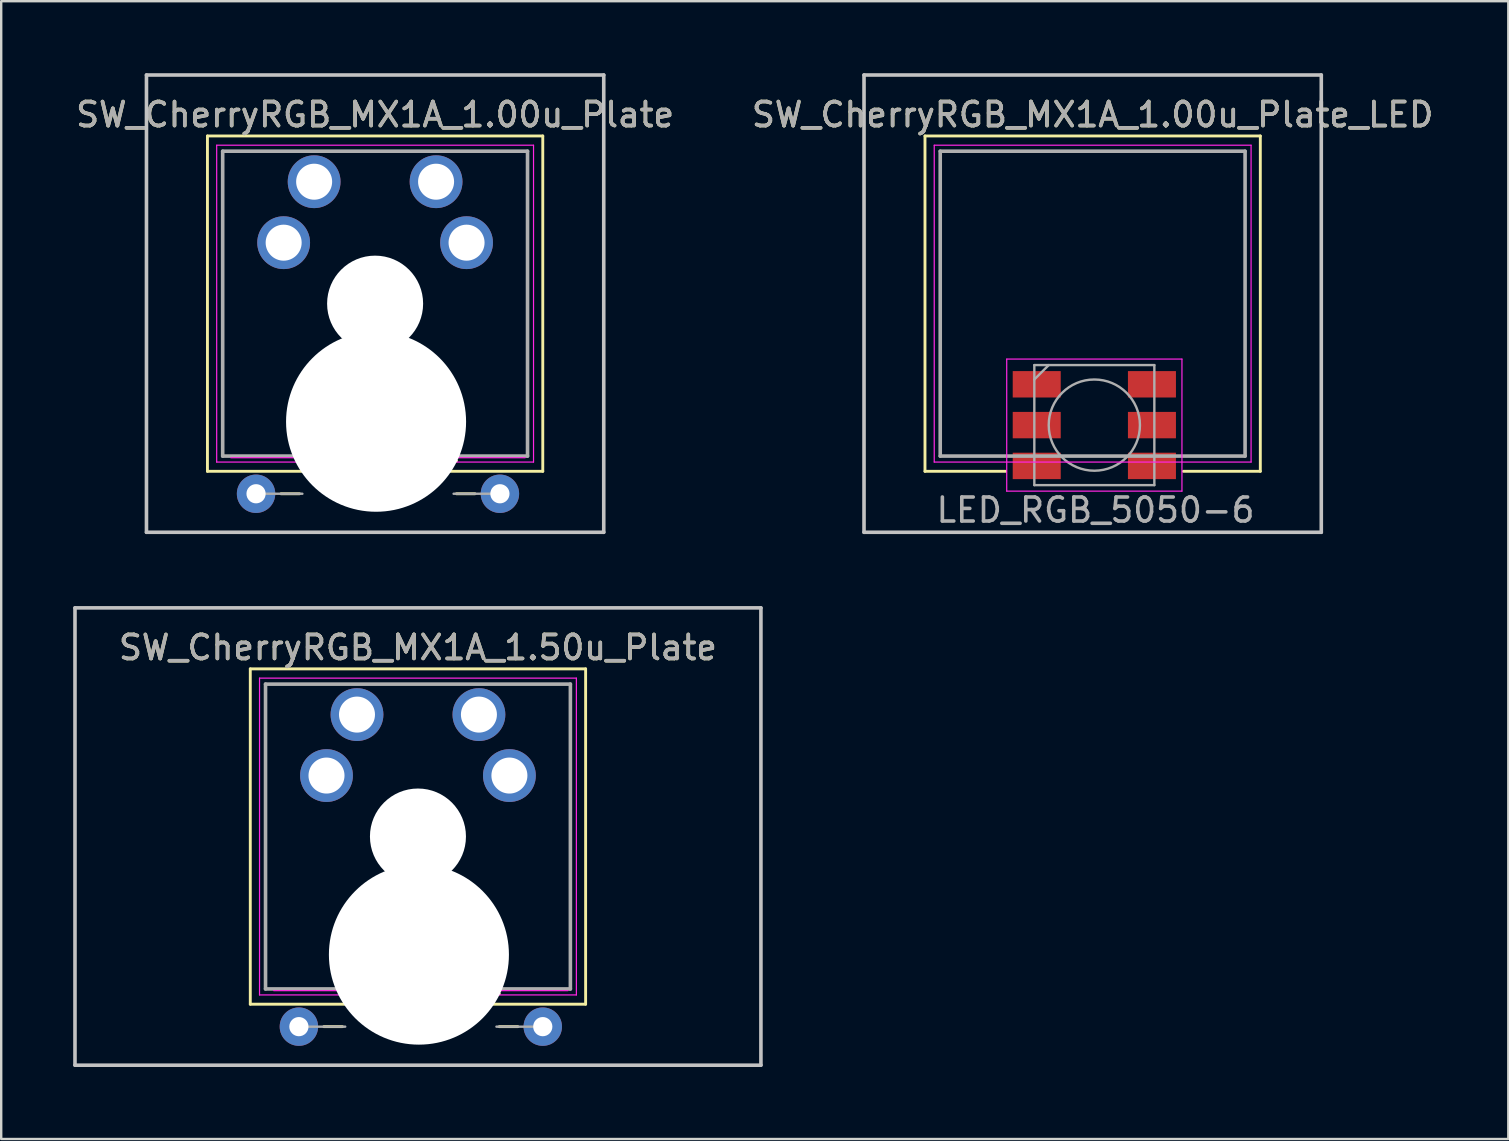
<source format=kicad_pcb>
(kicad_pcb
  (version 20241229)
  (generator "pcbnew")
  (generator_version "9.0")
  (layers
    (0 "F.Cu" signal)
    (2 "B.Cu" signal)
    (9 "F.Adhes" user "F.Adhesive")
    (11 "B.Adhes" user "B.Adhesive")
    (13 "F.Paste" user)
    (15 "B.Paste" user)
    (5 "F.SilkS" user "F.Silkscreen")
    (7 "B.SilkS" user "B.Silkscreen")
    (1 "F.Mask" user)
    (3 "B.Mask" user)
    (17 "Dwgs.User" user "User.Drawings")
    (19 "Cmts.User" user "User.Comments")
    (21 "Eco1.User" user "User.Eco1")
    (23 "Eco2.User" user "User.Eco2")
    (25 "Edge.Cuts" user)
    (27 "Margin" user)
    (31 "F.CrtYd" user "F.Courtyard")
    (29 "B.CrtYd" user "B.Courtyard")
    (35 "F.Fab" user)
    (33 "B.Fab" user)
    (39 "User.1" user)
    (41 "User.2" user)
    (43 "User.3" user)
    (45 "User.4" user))
  (footprint "SW_CherryRGB_MX1A_1.00u_Plate_LED"
    (layer "F.Cu")
    (at 45.01 4.52)
    (property "Reference" "SW_CherryRGB_MX1A_1.00u_Plate_LED" (at -2.54 -2.794 0) (layer "F.SilkS") (effects (font (size 1 1) (thickness 0.15))))
    (attr through_hole)
    (fp_line (start -9.525 -1.905) (end 4.445 -1.905) (stroke (width 0.12) (type solid)) (layer "F.SilkS"))
    (fp_line (start -9.525 12.065) (end -9.525 -1.905) (stroke (width 0.12) (type solid)) (layer "F.SilkS"))
    (fp_line (start -6.17 12.065) (end -9.525 12.065) (stroke (width 0.12) (type solid)) (layer "F.SilkS"))
    (fp_line (start 4.445 -1.905) (end 4.445 12.065) (stroke (width 0.12) (type solid)) (layer "F.SilkS"))
    (fp_line (start 4.445 12.065) (end 1.24 12.065) (stroke (width 0.12) (type solid)) (layer "F.SilkS"))
    (fp_line (start -12.065 -4.445) (end 6.985 -4.445) (stroke (width 0.15) (type solid)) (layer "Dwgs.User"))
    (fp_line (start -12.065 14.605) (end -12.065 -4.445) (stroke (width 0.15) (type solid)) (layer "Dwgs.User"))
    (fp_line (start 6.985 -4.445) (end 6.985 14.605) (stroke (width 0.15) (type solid)) (layer "Dwgs.User"))
    (fp_line (start 6.985 14.605) (end -12.065 14.605) (stroke (width 0.15) (type solid)) (layer "Dwgs.User"))
    (fp_line (start -9.14 -1.52) (end 4.06 -1.52) (stroke (width 0.05) (type solid)) (layer "F.CrtYd"))
    (fp_line (start -9.14 11.68) (end -9.14 -1.52) (stroke (width 0.05) (type solid)) (layer "F.CrtYd"))
    (fp_line (start -6.12 7.39) (end -6.12 12.89) (stroke (width 0.05) (type solid)) (layer "F.CrtYd"))
    (fp_line (start -6.12 12.89) (end 1.18 12.89) (stroke (width 0.05) (type solid)) (layer "F.CrtYd"))
    (fp_line (start 1.18 7.39) (end -6.12 7.39) (stroke (width 0.05) (type solid)) (layer "F.CrtYd"))
    (fp_line (start 1.18 12.89) (end 1.18 7.39) (stroke (width 0.05) (type solid)) (layer "F.CrtYd"))
    (fp_line (start 4.06 -1.52) (end 4.06 11.68) (stroke (width 0.05) (type solid)) (layer "F.CrtYd"))
    (fp_line (start 4.06 11.68) (end -9.14 11.68) (stroke (width 0.05) (type solid)) (layer "F.CrtYd"))
    (fp_line (start -8.89 -1.27) (end 3.81 -1.27) (stroke (width 0.15) (type solid)) (layer "F.Fab"))
    (fp_line (start -8.89 11.43) (end -8.89 -1.27) (stroke (width 0.15) (type solid)) (layer "F.Fab"))
    (fp_line (start -4.97 7.64) (end -4.97 12.64) (stroke (width 0.1) (type solid)) (layer "F.Fab"))
    (fp_line (start -4.97 8.24) (end -4.37 7.64) (stroke (width 0.1) (type solid)) (layer "F.Fab"))
    (fp_line (start -4.97 12.64) (end 0.03 12.64) (stroke (width 0.1) (type solid)) (layer "F.Fab"))
    (fp_line (start 0.03 7.64) (end -4.97 7.64) (stroke (width 0.1) (type solid)) (layer "F.Fab"))
    (fp_line (start 0.03 12.64) (end 0.03 7.64) (stroke (width 0.1) (type solid)) (layer "F.Fab"))
    (fp_line (start 3.81 -1.27) (end 3.81 11.43) (stroke (width 0.15) (type solid)) (layer "F.Fab"))
    (fp_line (start 3.81 11.43) (end -8.89 11.43) (stroke (width 0.15) (type solid)) (layer "F.Fab"))
    (fp_circle (center -2.47 10.14) (end -2.47 8.24) (stroke (width 0.1) (type solid)) (fill no) (layer "F.Fab"))
    (fp_text user "LED_RGB_5050-6" (at -2.42 13.68 0) (layer "F.Fab") (effects (font (size 1 1) (thickness 0.15))))
    (fp_text user "${REFERENCE}" (at -2.54 -2.794 0) (layer "F.Fab") (effects (font (size 1 1) (thickness 0.15))))
    (pad "1" smd rect (at -4.87 8.44 90) (size 1.1 2) (layers "F.Cu" "F.Mask" "F.Paste"))
    (pad "2" smd rect (at -4.87 10.14 90) (size 1.1 2) (layers "F.Cu" "F.Mask" "F.Paste"))
    (pad "3" smd rect (at -4.87 11.84 90) (size 1.1 2) (layers "F.Cu" "F.Mask" "F.Paste"))
    (pad "4" smd rect (at -0.07 11.84 90) (size 1.1 2) (layers "F.Cu" "F.Mask" "F.Paste"))
    (pad "5" smd rect (at -0.07 10.14 90) (size 1.1 2) (layers "F.Cu" "F.Mask" "F.Paste"))
    (pad "6" smd rect (at -0.07 8.44 90) (size 1.1 2) (layers "F.Cu" "F.Mask" "F.Paste")))
  (footprint "SW_CherryRGB_MX1A_1.50u_Plate"
    (layer "F.Cu")
    (at 16.902 26.72)
    (property "Reference" "SW_CherryRGB_MX1A_1.50u_Plate" (at -2.54 -2.794 0) (layer "F.SilkS") (effects (font (size 1 1) (thickness 0.15))))
    (attr through_hole)
    (fp_line (start -9.525 -1.905) (end 4.445 -1.905) (stroke (width 0.12) (type solid)) (layer "F.SilkS"))
    (fp_line (start -9.525 12.065) (end -9.525 -1.905) (stroke (width 0.12) (type solid)) (layer "F.SilkS"))
    (fp_line (start -6.46 13) (end -5.69 13) (stroke (width 0.12) (type solid)) (layer "F.SilkS"))
    (fp_line (start 0.85 11.63) (end -5.69 11.63) (stroke (width 0.12) (type solid)) (layer "F.SilkS"))
    (fp_line (start 1.62 13) (end 0.85 13) (stroke (width 0.12) (type solid)) (layer "F.SilkS"))
    (fp_line (start 4.445 -1.905) (end 4.445 12.065) (stroke (width 0.12) (type solid)) (layer "F.SilkS"))
    (fp_line (start 4.445 12.065) (end -9.525 12.065) (stroke (width 0.12) (type solid)) (layer "F.SilkS"))
    (fp_line (start -16.828 -4.445) (end 11.748 -4.445) (stroke (width 0.15) (type solid)) (layer "Dwgs.User"))
    (fp_line (start -16.828 14.605) (end -16.828 -4.445) (stroke (width 0.15) (type solid)) (layer "Dwgs.User"))
    (fp_line (start 11.748 -4.445) (end 11.748 14.605) (stroke (width 0.15) (type solid)) (layer "Dwgs.User"))
    (fp_line (start 11.748 14.605) (end -16.828 14.605) (stroke (width 0.15) (type solid)) (layer "Dwgs.User"))
    (fp_line (start -9.14 -1.52) (end 4.06 -1.52) (stroke (width 0.05) (type solid)) (layer "F.CrtYd"))
    (fp_line (start -9.14 11.68) (end -9.14 -1.52) (stroke (width 0.05) (type solid)) (layer "F.CrtYd"))
    (fp_line (start 3.71 11.5) (end -8.55 11.5) (stroke (width 0.05) (type solid)) (layer "F.CrtYd"))
    (fp_line (start 4.06 -1.52) (end 4.06 11.68) (stroke (width 0.05) (type solid)) (layer "F.CrtYd"))
    (fp_line (start 4.06 11.68) (end -9.14 11.68) (stroke (width 0.05) (type solid)) (layer "F.CrtYd"))
    (fp_line (start -8.89 -1.27) (end 3.81 -1.27) (stroke (width 0.15) (type solid)) (layer "F.Fab"))
    (fp_line (start -8.89 11.43) (end -8.89 -1.27) (stroke (width 0.15) (type solid)) (layer "F.Fab"))
    (fp_line (start -7.5 13) (end -5.57 13) (stroke (width 0.1) (type solid)) (layer "F.Fab"))
    (fp_line (start 0.73 11.75) (end -5.57 11.75) (stroke (width 0.1) (type solid)) (layer "F.Fab"))
    (fp_line (start 2.66 13) (end 0.73 13) (stroke (width 0.1) (type solid)) (layer "F.Fab"))
    (fp_line (start 3.81 -1.27) (end 3.81 11.43) (stroke (width 0.15) (type solid)) (layer "F.Fab"))
    (fp_line (start 3.81 11.43) (end -8.89 11.43) (stroke (width 0.15) (type solid)) (layer "F.Fab"))
    (fp_text user "REF**" (at -2.42 10.63 0) (layer "F.SilkS") (effects (font (size 1 1) (thickness 0.15))))
    (fp_text user "${REFERENCE}" (at -2.54 -2.794 0) (layer "F.Fab") (effects (font (size 1 1) (thickness 0.15))))
    (pad "" np_thru_hole circle (at -2.54 5.08) (size 4 4) (drill 4) (layers "*.Cu" "*.Mask"))
    (pad "" np_thru_hole circle (at -2.5 10 90) (size 7.5 7.5) (drill oval 7.5) (layers "*.Cu" "*.Mask"))
    (pad "1" thru_hole circle (at -7.5 13) (size 1.6 1.6) (drill 0.8) (layers "*.Cu" "*.Mask"))
    (pad "1" thru_hole circle (at 0 0) (size 2.2 2.2) (drill 1.5) (layers "*.Cu" "*.Mask"))
    (pad "1" thru_hole circle (at 1.27 2.54) (size 2.2 2.2) (drill 1.5) (layers "*.Cu" "*.Mask"))
    (pad "2" thru_hole circle (at -6.35 2.54) (size 2.2 2.2) (drill 1.5) (layers "*.Cu" "*.Mask"))
    (pad "2" thru_hole circle (at -5.08 0) (size 2.2 2.2) (drill 1.5) (layers "*.Cu" "*.Mask"))
    (pad "2" thru_hole oval (at 2.66 13) (size 1.6 1.6) (drill 0.8) (layers "*.Cu" "*.Mask")))
  (footprint "SW_CherryRGB_MX1A_1.00u_Plate"
    (layer "F.Cu")
    (at 15.117 4.52)
    (property "Reference" "SW_CherryRGB_MX1A_1.00u_Plate" (at -2.54 -2.794 0) (layer "F.SilkS") (effects (font (size 1 1) (thickness 0.15))))
    (attr through_hole)
    (fp_line (start -9.525 -1.905) (end 4.445 -1.905) (stroke (width 0.12) (type solid)) (layer "F.SilkS"))
    (fp_line (start -9.525 12.065) (end -9.525 -1.905) (stroke (width 0.12) (type solid)) (layer "F.SilkS"))
    (fp_line (start -6.46 13) (end -5.69 13) (stroke (width 0.12) (type solid)) (layer "F.SilkS"))
    (fp_line (start 0.85 11.63) (end -5.69 11.63) (stroke (width 0.12) (type solid)) (layer "F.SilkS"))
    (fp_line (start 1.62 13) (end 0.85 13) (stroke (width 0.12) (type solid)) (layer "F.SilkS"))
    (fp_line (start 4.445 -1.905) (end 4.445 12.065) (stroke (width 0.12) (type solid)) (layer "F.SilkS"))
    (fp_line (start 4.445 12.065) (end -9.525 12.065) (stroke (width 0.12) (type solid)) (layer "F.SilkS"))
    (fp_line (start -12.065 -4.445) (end 6.985 -4.445) (stroke (width 0.15) (type solid)) (layer "Dwgs.User"))
    (fp_line (start -12.065 14.605) (end -12.065 -4.445) (stroke (width 0.15) (type solid)) (layer "Dwgs.User"))
    (fp_line (start 6.985 -4.445) (end 6.985 14.605) (stroke (width 0.15) (type solid)) (layer "Dwgs.User"))
    (fp_line (start 6.985 14.605) (end -12.065 14.605) (stroke (width 0.15) (type solid)) (layer "Dwgs.User"))
    (fp_line (start -9.14 -1.52) (end 4.06 -1.52) (stroke (width 0.05) (type solid)) (layer "F.CrtYd"))
    (fp_line (start -9.14 11.68) (end -9.14 -1.52) (stroke (width 0.05) (type solid)) (layer "F.CrtYd"))
    (fp_line (start 3.71 11.5) (end -8.55 11.5) (stroke (width 0.05) (type solid)) (layer "F.CrtYd"))
    (fp_line (start 4.06 -1.52) (end 4.06 11.68) (stroke (width 0.05) (type solid)) (layer "F.CrtYd"))
    (fp_line (start 4.06 11.68) (end -9.14 11.68) (stroke (width 0.05) (type solid)) (layer "F.CrtYd"))
    (fp_line (start -8.89 -1.27) (end 3.81 -1.27) (stroke (width 0.15) (type solid)) (layer "F.Fab"))
    (fp_line (start -8.89 11.43) (end -8.89 -1.27) (stroke (width 0.15) (type solid)) (layer "F.Fab"))
    (fp_line (start -7.5 13) (end -5.57 13) (stroke (width 0.1) (type solid)) (layer "F.Fab"))
    (fp_line (start 0.73 11.75) (end -5.57 11.75) (stroke (width 0.1) (type solid)) (layer "F.Fab"))
    (fp_line (start 2.66 13) (end 0.73 13) (stroke (width 0.1) (type solid)) (layer "F.Fab"))
    (fp_line (start 3.81 -1.27) (end 3.81 11.43) (stroke (width 0.15) (type solid)) (layer "F.Fab"))
    (fp_line (start 3.81 11.43) (end -8.89 11.43) (stroke (width 0.15) (type solid)) (layer "F.Fab"))
    (fp_text user "REF**" (at -2.42 10.63 0) (layer "F.SilkS") (effects (font (size 1 1) (thickness 0.15))))
    (fp_text user "${REFERENCE}" (at -2.54 -2.794 0) (layer "F.Fab") (effects (font (size 1 1) (thickness 0.15))))
    (pad "" np_thru_hole circle (at -2.54 5.08 90) (size 4 4) (drill 4) (layers "*.Cu" "*.Mask"))
    (pad "" np_thru_hole circle (at -2.5 10 90) (size 7.5 7.5) (drill oval 7.5) (layers "*.Cu" "*.Mask"))
    (pad "1" thru_hole circle (at -7.5 13) (size 1.6 1.6) (drill 0.8) (layers "*.Cu" "*.Mask"))
    (pad "1" thru_hole circle (at 0 0) (size 2.2 2.2) (drill 1.5) (layers "*.Cu" "*.Mask"))
    (pad "1" thru_hole circle (at 1.27 2.54) (size 2.2 2.2) (drill 1.5) (layers "*.Cu" "*.Mask"))
    (pad "2" thru_hole circle (at -6.35 2.54) (size 2.2 2.2) (drill 1.5) (layers "*.Cu" "*.Mask"))
    (pad "2" thru_hole circle (at -5.08 0) (size 2.2 2.2) (drill 1.5) (layers "*.Cu" "*.Mask"))
    (pad "2" thru_hole oval (at 2.66 13) (size 1.6 1.6) (drill 0.8) (layers "*.Cu" "*.Mask")))
  (gr_rect
    (start -3 -3)
    (end 59.786 44.4)
    (stroke (width 0.1) (type default))
    (fill no)
    (layer "Edge.Cuts")))
</source>
